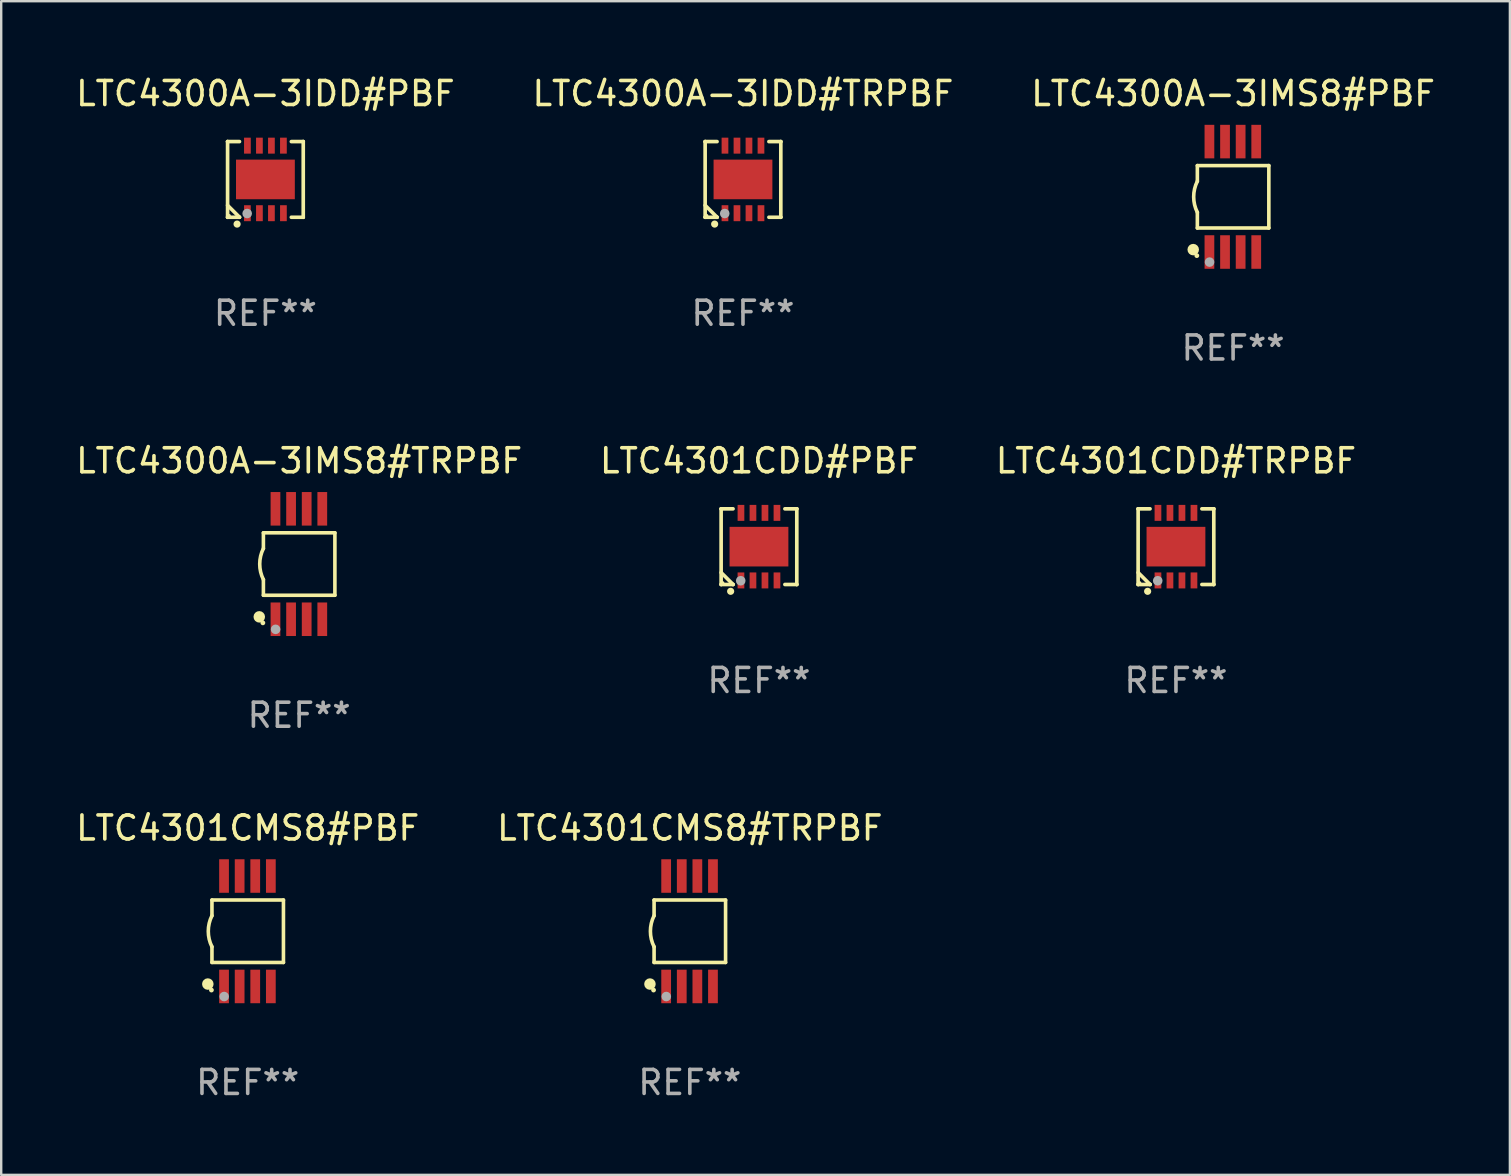
<source format=kicad_pcb>
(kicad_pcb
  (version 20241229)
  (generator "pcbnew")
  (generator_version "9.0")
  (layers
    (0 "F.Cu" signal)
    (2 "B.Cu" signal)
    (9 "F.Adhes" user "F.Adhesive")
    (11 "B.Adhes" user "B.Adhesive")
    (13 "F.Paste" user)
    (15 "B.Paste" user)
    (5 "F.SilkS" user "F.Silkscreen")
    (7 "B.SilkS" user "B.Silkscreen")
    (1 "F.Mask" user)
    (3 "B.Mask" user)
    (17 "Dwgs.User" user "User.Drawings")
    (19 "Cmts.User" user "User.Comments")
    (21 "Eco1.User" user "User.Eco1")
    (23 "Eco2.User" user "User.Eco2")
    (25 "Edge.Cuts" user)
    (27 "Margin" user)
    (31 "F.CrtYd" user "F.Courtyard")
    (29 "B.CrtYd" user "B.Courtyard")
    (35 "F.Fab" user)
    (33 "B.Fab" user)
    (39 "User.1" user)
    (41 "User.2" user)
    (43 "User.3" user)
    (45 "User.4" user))
  (footprint "LTC4301CDD#PBF"
    (layer "F.Cu")
    (at 28.565 19.721)
    (property "Reference" "LTC4301CDD#PBF" (at 0 -3.576 0) (layer "F.SilkS") (effects (font (size 1 1) (thickness 0.15))))
    (attr through_hole)
    (fp_line (start -1.576 -1.576) (end -1.576 -1.576) (stroke (width 0.152) (type solid)) (layer "F.SilkS"))
    (fp_line (start -1.576 -1.576) (end -1.08 -1.576) (stroke (width 0.152) (type solid)) (layer "F.SilkS"))
    (fp_line (start -1.576 1.576) (end -1.576 -1.576) (stroke (width 0.152) (type solid)) (layer "F.SilkS"))
    (fp_line (start -1.576 1.576) (end -1.576 1.576) (stroke (width 0.152) (type solid)) (layer "F.SilkS"))
    (fp_line (start -1.08 1.575) (end -1.576 1.079) (stroke (width 0.152) (type solid)) (layer "F.SilkS"))
    (fp_line (start -1.08 1.576) (end -1.576 1.576) (stroke (width 0.152) (type solid)) (layer "F.SilkS"))
    (fp_line (start -1.08 1.576) (end -1.08 1.575) (stroke (width 0.152) (type solid)) (layer "F.SilkS"))
    (fp_line (start 1.08 1.576) (end 1.576 1.576) (stroke (width 0.152) (type solid)) (layer "F.SilkS"))
    (fp_line (start 1.576 -1.576) (end 1.08 -1.576) (stroke (width 0.152) (type solid)) (layer "F.SilkS"))
    (fp_line (start 1.576 -1.576) (end 1.576 -1.576) (stroke (width 0.152) (type solid)) (layer "F.SilkS"))
    (fp_line (start 1.576 1.576) (end 1.576 -1.576) (stroke (width 0.152) (type solid)) (layer "F.SilkS"))
    (fp_line (start 1.576 1.576) (end 1.576 1.576) (stroke (width 0.152) (type solid)) (layer "F.SilkS"))
    (fp_circle (center -1.5 1.5) (end -1.47 1.5) (stroke (width 0.06) (type solid)) (fill no) (layer "F.SilkS"))
    (fp_circle (center -1.18 1.86) (end -1.105 1.86) (stroke (width 0.15) (type solid)) (fill no) (layer "F.SilkS"))
    (fp_circle (center -0.76 1.42) (end -0.66 1.42) (stroke (width 0.2) (type solid)) (fill no) (layer "F.Fab"))
    (fp_text user "REF**" (at 0 5.576 0) (layer "F.Fab") (effects (font (size 1 1) (thickness 0.15))))
    (pad "1" smd rect (at -0.75 1.407) (size 0.28 0.665) (layers "F.Cu" "F.Mask" "F.Paste"))
    (pad "2" smd rect (at -0.25 1.407) (size 0.28 0.665) (layers "F.Cu" "F.Mask" "F.Paste"))
    (pad "3" smd rect (at 0.25 1.407) (size 0.28 0.665) (layers "F.Cu" "F.Mask" "F.Paste"))
    (pad "4" smd rect (at 0.75 1.407) (size 0.28 0.665) (layers "F.Cu" "F.Mask" "F.Paste"))
    (pad "5" smd rect (at 0.75 -1.407) (size 0.28 0.665) (layers "F.Cu" "F.Mask" "F.Paste"))
    (pad "6" smd rect (at 0.25 -1.407) (size 0.28 0.665) (layers "F.Cu" "F.Mask" "F.Paste"))
    (pad "7" smd rect (at -0.25 -1.407) (size 0.28 0.665) (layers "F.Cu" "F.Mask" "F.Paste"))
    (pad "8" smd rect (at -0.75 -1.407) (size 0.28 0.665) (layers "F.Cu" "F.Mask" "F.Paste"))
    (pad "9" smd rect (at 0 0) (size 2.45 1.65) (layers "F.Cu" "F.Mask" "F.Paste")))
  (footprint "LTC4300A-3IMS8#PBF"
    (layer "F.Cu")
    (at 48.315 5.148)
    (property "Reference" "LTC4300A-3IMS8#PBF" (at 0 -4.3 0) (layer "F.SilkS") (effects (font (size 1 1) (thickness 0.15))))
    (attr through_hole)
    (fp_line (start -1.489 -1.3) (end -1.489 -0.648) (stroke (width 0.15) (type solid)) (layer "F.SilkS"))
    (fp_line (start -1.489 0.648) (end -1.489 1.3) (stroke (width 0.15) (type solid)) (layer "F.SilkS"))
    (fp_line (start -1.489 1.3) (end 1.489 1.3) (stroke (width 0.15) (type solid)) (layer "F.SilkS"))
    (fp_line (start 1.489 -1.3) (end -1.489 -1.3) (stroke (width 0.15) (type solid)) (layer "F.SilkS"))
    (fp_line (start 1.489 1.3) (end 1.489 -1.3) (stroke (width 0.15) (type solid)) (layer "F.SilkS"))
    (fp_arc (start -1.489205 0.647702) (mid -1.642107 0) (end -1.489205 -0.647701) (stroke (width 0.150013) (type solid)) (layer "F.SilkS"))
    (fp_circle (center -1.661 2.2) (end -1.541 2.2) (stroke (width 0.24) (type solid)) (fill no) (layer "F.SilkS"))
    (fp_circle (center -1.511 2.45) (end -1.461 2.45) (stroke (width 0.1) (type solid)) (fill no) (layer "F.SilkS"))
    (fp_circle (center -0.981 2.72) (end -0.881 2.72) (stroke (width 0.2) (type solid)) (fill no) (layer "F.Fab"))
    (fp_text user "REF**" (at 0 6.3 0) (layer "F.Fab") (effects (font (size 1 1) (thickness 0.15))))
    (pad "1" smd rect (at -0.986 2.3) (size 0.406 1.397) (layers "F.Cu" "F.Mask" "F.Paste"))
    (pad "2" smd rect (at -0.336 2.3) (size 0.406 1.397) (layers "F.Cu" "F.Mask" "F.Paste"))
    (pad "3" smd rect (at 0.314 2.3) (size 0.406 1.397) (layers "F.Cu" "F.Mask" "F.Paste"))
    (pad "4" smd rect (at 0.964 2.3) (size 0.406 1.397) (layers "F.Cu" "F.Mask" "F.Paste"))
    (pad "5" smd rect (at 0.964 -2.3) (size 0.406 1.397) (layers "F.Cu" "F.Mask" "F.Paste"))
    (pad "6" smd rect (at 0.314 -2.3) (size 0.406 1.397) (layers "F.Cu" "F.Mask" "F.Paste"))
    (pad "7" smd rect (at -0.336 -2.3) (size 0.406 1.397) (layers "F.Cu" "F.Mask" "F.Paste"))
    (pad "8" smd rect (at -0.986 -2.3) (size 0.406 1.397) (layers "F.Cu" "F.Mask" "F.Paste")))
  (footprint "LTC4300A-3IDD#TRPBF"
    (layer "F.Cu")
    (at 27.899 4.424)
    (property "Reference" "LTC4300A-3IDD#TRPBF" (at 0 -3.576 0) (layer "F.SilkS") (effects (font (size 1 1) (thickness 0.15))))
    (attr through_hole)
    (fp_line (start -1.576 -1.576) (end -1.576 -1.576) (stroke (width 0.152) (type solid)) (layer "F.SilkS"))
    (fp_line (start -1.576 -1.576) (end -1.08 -1.576) (stroke (width 0.152) (type solid)) (layer "F.SilkS"))
    (fp_line (start -1.576 1.576) (end -1.576 -1.576) (stroke (width 0.152) (type solid)) (layer "F.SilkS"))
    (fp_line (start -1.576 1.576) (end -1.576 1.576) (stroke (width 0.152) (type solid)) (layer "F.SilkS"))
    (fp_line (start -1.08 1.575) (end -1.576 1.079) (stroke (width 0.152) (type solid)) (layer "F.SilkS"))
    (fp_line (start -1.08 1.576) (end -1.576 1.576) (stroke (width 0.152) (type solid)) (layer "F.SilkS"))
    (fp_line (start -1.08 1.576) (end -1.08 1.575) (stroke (width 0.152) (type solid)) (layer "F.SilkS"))
    (fp_line (start 1.08 1.576) (end 1.576 1.576) (stroke (width 0.152) (type solid)) (layer "F.SilkS"))
    (fp_line (start 1.576 -1.576) (end 1.08 -1.576) (stroke (width 0.152) (type solid)) (layer "F.SilkS"))
    (fp_line (start 1.576 -1.576) (end 1.576 -1.576) (stroke (width 0.152) (type solid)) (layer "F.SilkS"))
    (fp_line (start 1.576 1.576) (end 1.576 -1.576) (stroke (width 0.152) (type solid)) (layer "F.SilkS"))
    (fp_line (start 1.576 1.576) (end 1.576 1.576) (stroke (width 0.152) (type solid)) (layer "F.SilkS"))
    (fp_circle (center -1.5 1.5) (end -1.47 1.5) (stroke (width 0.06) (type solid)) (fill no) (layer "F.SilkS"))
    (fp_circle (center -1.18 1.86) (end -1.105 1.86) (stroke (width 0.15) (type solid)) (fill no) (layer "F.SilkS"))
    (fp_circle (center -0.76 1.42) (end -0.66 1.42) (stroke (width 0.2) (type solid)) (fill no) (layer "F.Fab"))
    (fp_text user "REF**" (at 0 5.576 0) (layer "F.Fab") (effects (font (size 1 1) (thickness 0.15))))
    (pad "1" smd rect (at -0.75 1.407) (size 0.28 0.665) (layers "F.Cu" "F.Mask" "F.Paste"))
    (pad "2" smd rect (at -0.25 1.407) (size 0.28 0.665) (layers "F.Cu" "F.Mask" "F.Paste"))
    (pad "3" smd rect (at 0.25 1.407) (size 0.28 0.665) (layers "F.Cu" "F.Mask" "F.Paste"))
    (pad "4" smd rect (at 0.75 1.407) (size 0.28 0.665) (layers "F.Cu" "F.Mask" "F.Paste"))
    (pad "5" smd rect (at 0.75 -1.407) (size 0.28 0.665) (layers "F.Cu" "F.Mask" "F.Paste"))
    (pad "6" smd rect (at 0.25 -1.407) (size 0.28 0.665) (layers "F.Cu" "F.Mask" "F.Paste"))
    (pad "7" smd rect (at -0.25 -1.407) (size 0.28 0.665) (layers "F.Cu" "F.Mask" "F.Paste"))
    (pad "8" smd rect (at -0.75 -1.407) (size 0.28 0.665) (layers "F.Cu" "F.Mask" "F.Paste"))
    (pad "9" smd rect (at 0 0) (size 2.45 1.65) (layers "F.Cu" "F.Mask" "F.Paste")))
  (footprint "LTC4301CMS8#PBF"
    (layer "F.Cu")
    (at 7.268 35.741)
    (property "Reference" "LTC4301CMS8#PBF" (at 0 -4.3 0) (layer "F.SilkS") (effects (font (size 1 1) (thickness 0.15))))
    (attr through_hole)
    (fp_line (start -1.489 -1.3) (end -1.489 -0.648) (stroke (width 0.15) (type solid)) (layer "F.SilkS"))
    (fp_line (start -1.489 0.648) (end -1.489 1.3) (stroke (width 0.15) (type solid)) (layer "F.SilkS"))
    (fp_line (start -1.489 1.3) (end 1.489 1.3) (stroke (width 0.15) (type solid)) (layer "F.SilkS"))
    (fp_line (start 1.489 -1.3) (end -1.489 -1.3) (stroke (width 0.15) (type solid)) (layer "F.SilkS"))
    (fp_line (start 1.489 1.3) (end 1.489 -1.3) (stroke (width 0.15) (type solid)) (layer "F.SilkS"))
    (fp_arc (start -1.489205 0.647702) (mid -1.642107 0) (end -1.489205 -0.647701) (stroke (width 0.150013) (type solid)) (layer "F.SilkS"))
    (fp_circle (center -1.661 2.2) (end -1.541 2.2) (stroke (width 0.24) (type solid)) (fill no) (layer "F.SilkS"))
    (fp_circle (center -1.511 2.45) (end -1.461 2.45) (stroke (width 0.1) (type solid)) (fill no) (layer "F.SilkS"))
    (fp_circle (center -0.981 2.72) (end -0.881 2.72) (stroke (width 0.2) (type solid)) (fill no) (layer "F.Fab"))
    (fp_text user "REF**" (at 0 6.3 0) (layer "F.Fab") (effects (font (size 1 1) (thickness 0.15))))
    (pad "1" smd rect (at -0.986 2.3) (size 0.406 1.397) (layers "F.Cu" "F.Mask" "F.Paste"))
    (pad "2" smd rect (at -0.336 2.3) (size 0.406 1.397) (layers "F.Cu" "F.Mask" "F.Paste"))
    (pad "3" smd rect (at 0.314 2.3) (size 0.406 1.397) (layers "F.Cu" "F.Mask" "F.Paste"))
    (pad "4" smd rect (at 0.964 2.3) (size 0.406 1.397) (layers "F.Cu" "F.Mask" "F.Paste"))
    (pad "5" smd rect (at 0.964 -2.3) (size 0.406 1.397) (layers "F.Cu" "F.Mask" "F.Paste"))
    (pad "6" smd rect (at 0.314 -2.3) (size 0.406 1.397) (layers "F.Cu" "F.Mask" "F.Paste"))
    (pad "7" smd rect (at -0.336 -2.3) (size 0.406 1.397) (layers "F.Cu" "F.Mask" "F.Paste"))
    (pad "8" smd rect (at -0.986 -2.3) (size 0.406 1.397) (layers "F.Cu" "F.Mask" "F.Paste")))
  (footprint "LTC4301CMS8#TRPBF"
    (layer "F.Cu")
    (at 25.685 35.741)
    (property "Reference" "LTC4301CMS8#TRPBF" (at 0 -4.3 0) (layer "F.SilkS") (effects (font (size 1 1) (thickness 0.15))))
    (attr through_hole)
    (fp_line (start -1.489 -1.3) (end -1.489 -0.648) (stroke (width 0.15) (type solid)) (layer "F.SilkS"))
    (fp_line (start -1.489 0.648) (end -1.489 1.3) (stroke (width 0.15) (type solid)) (layer "F.SilkS"))
    (fp_line (start -1.489 1.3) (end 1.489 1.3) (stroke (width 0.15) (type solid)) (layer "F.SilkS"))
    (fp_line (start 1.489 -1.3) (end -1.489 -1.3) (stroke (width 0.15) (type solid)) (layer "F.SilkS"))
    (fp_line (start 1.489 1.3) (end 1.489 -1.3) (stroke (width 0.15) (type solid)) (layer "F.SilkS"))
    (fp_arc (start -1.489205 0.647702) (mid -1.642107 0) (end -1.489205 -0.647701) (stroke (width 0.150013) (type solid)) (layer "F.SilkS"))
    (fp_circle (center -1.661 2.2) (end -1.541 2.2) (stroke (width 0.24) (type solid)) (fill no) (layer "F.SilkS"))
    (fp_circle (center -1.511 2.45) (end -1.461 2.45) (stroke (width 0.1) (type solid)) (fill no) (layer "F.SilkS"))
    (fp_circle (center -0.981 2.72) (end -0.881 2.72) (stroke (width 0.2) (type solid)) (fill no) (layer "F.Fab"))
    (fp_text user "REF**" (at 0 6.3 0) (layer "F.Fab") (effects (font (size 1 1) (thickness 0.15))))
    (pad "1" smd rect (at -0.986 2.3) (size 0.406 1.397) (layers "F.Cu" "F.Mask" "F.Paste"))
    (pad "2" smd rect (at -0.336 2.3) (size 0.406 1.397) (layers "F.Cu" "F.Mask" "F.Paste"))
    (pad "3" smd rect (at 0.314 2.3) (size 0.406 1.397) (layers "F.Cu" "F.Mask" "F.Paste"))
    (pad "4" smd rect (at 0.964 2.3) (size 0.406 1.397) (layers "F.Cu" "F.Mask" "F.Paste"))
    (pad "5" smd rect (at 0.964 -2.3) (size 0.406 1.397) (layers "F.Cu" "F.Mask" "F.Paste"))
    (pad "6" smd rect (at 0.314 -2.3) (size 0.406 1.397) (layers "F.Cu" "F.Mask" "F.Paste"))
    (pad "7" smd rect (at -0.336 -2.3) (size 0.406 1.397) (layers "F.Cu" "F.Mask" "F.Paste"))
    (pad "8" smd rect (at -0.986 -2.3) (size 0.406 1.397) (layers "F.Cu" "F.Mask" "F.Paste")))
  (footprint "LTC4301CDD#TRPBF"
    (layer "F.Cu")
    (at 45.935 19.721)
    (property "Reference" "LTC4301CDD#TRPBF" (at 0 -3.576 0) (layer "F.SilkS") (effects (font (size 1 1) (thickness 0.15))))
    (attr through_hole)
    (fp_line (start -1.576 -1.576) (end -1.576 -1.576) (stroke (width 0.152) (type solid)) (layer "F.SilkS"))
    (fp_line (start -1.576 -1.576) (end -1.08 -1.576) (stroke (width 0.152) (type solid)) (layer "F.SilkS"))
    (fp_line (start -1.576 1.576) (end -1.576 -1.576) (stroke (width 0.152) (type solid)) (layer "F.SilkS"))
    (fp_line (start -1.576 1.576) (end -1.576 1.576) (stroke (width 0.152) (type solid)) (layer "F.SilkS"))
    (fp_line (start -1.08 1.575) (end -1.576 1.079) (stroke (width 0.152) (type solid)) (layer "F.SilkS"))
    (fp_line (start -1.08 1.576) (end -1.576 1.576) (stroke (width 0.152) (type solid)) (layer "F.SilkS"))
    (fp_line (start -1.08 1.576) (end -1.08 1.575) (stroke (width 0.152) (type solid)) (layer "F.SilkS"))
    (fp_line (start 1.08 1.576) (end 1.576 1.576) (stroke (width 0.152) (type solid)) (layer "F.SilkS"))
    (fp_line (start 1.576 -1.576) (end 1.08 -1.576) (stroke (width 0.152) (type solid)) (layer "F.SilkS"))
    (fp_line (start 1.576 -1.576) (end 1.576 -1.576) (stroke (width 0.152) (type solid)) (layer "F.SilkS"))
    (fp_line (start 1.576 1.576) (end 1.576 -1.576) (stroke (width 0.152) (type solid)) (layer "F.SilkS"))
    (fp_line (start 1.576 1.576) (end 1.576 1.576) (stroke (width 0.152) (type solid)) (layer "F.SilkS"))
    (fp_circle (center -1.5 1.5) (end -1.47 1.5) (stroke (width 0.06) (type solid)) (fill no) (layer "F.SilkS"))
    (fp_circle (center -1.18 1.86) (end -1.105 1.86) (stroke (width 0.15) (type solid)) (fill no) (layer "F.SilkS"))
    (fp_circle (center -0.76 1.42) (end -0.66 1.42) (stroke (width 0.2) (type solid)) (fill no) (layer "F.Fab"))
    (fp_text user "REF**" (at 0 5.576 0) (layer "F.Fab") (effects (font (size 1 1) (thickness 0.15))))
    (pad "1" smd rect (at -0.75 1.407) (size 0.28 0.665) (layers "F.Cu" "F.Mask" "F.Paste"))
    (pad "2" smd rect (at -0.25 1.407) (size 0.28 0.665) (layers "F.Cu" "F.Mask" "F.Paste"))
    (pad "3" smd rect (at 0.25 1.407) (size 0.28 0.665) (layers "F.Cu" "F.Mask" "F.Paste"))
    (pad "4" smd rect (at 0.75 1.407) (size 0.28 0.665) (layers "F.Cu" "F.Mask" "F.Paste"))
    (pad "5" smd rect (at 0.75 -1.407) (size 0.28 0.665) (layers "F.Cu" "F.Mask" "F.Paste"))
    (pad "6" smd rect (at 0.25 -1.407) (size 0.28 0.665) (layers "F.Cu" "F.Mask" "F.Paste"))
    (pad "7" smd rect (at -0.25 -1.407) (size 0.28 0.665) (layers "F.Cu" "F.Mask" "F.Paste"))
    (pad "8" smd rect (at -0.75 -1.407) (size 0.28 0.665) (layers "F.Cu" "F.Mask" "F.Paste"))
    (pad "9" smd rect (at 0 0) (size 2.45 1.65) (layers "F.Cu" "F.Mask" "F.Paste")))
  (footprint "LTC4300A-3IMS8#TRPBF"
    (layer "F.Cu")
    (at 9.411 20.445)
    (property "Reference" "LTC4300A-3IMS8#TRPBF" (at 0 -4.3 0) (layer "F.SilkS") (effects (font (size 1 1) (thickness 0.15))))
    (attr through_hole)
    (fp_line (start -1.489 -1.3) (end -1.489 -0.648) (stroke (width 0.15) (type solid)) (layer "F.SilkS"))
    (fp_line (start -1.489 0.648) (end -1.489 1.3) (stroke (width 0.15) (type solid)) (layer "F.SilkS"))
    (fp_line (start -1.489 1.3) (end 1.489 1.3) (stroke (width 0.15) (type solid)) (layer "F.SilkS"))
    (fp_line (start 1.489 -1.3) (end -1.489 -1.3) (stroke (width 0.15) (type solid)) (layer "F.SilkS"))
    (fp_line (start 1.489 1.3) (end 1.489 -1.3) (stroke (width 0.15) (type solid)) (layer "F.SilkS"))
    (fp_arc (start -1.489205 0.647702) (mid -1.642107 0) (end -1.489205 -0.647701) (stroke (width 0.150013) (type solid)) (layer "F.SilkS"))
    (fp_circle (center -1.661 2.2) (end -1.541 2.2) (stroke (width 0.24) (type solid)) (fill no) (layer "F.SilkS"))
    (fp_circle (center -1.511 2.45) (end -1.461 2.45) (stroke (width 0.1) (type solid)) (fill no) (layer "F.SilkS"))
    (fp_circle (center -0.981 2.72) (end -0.881 2.72) (stroke (width 0.2) (type solid)) (fill no) (layer "F.Fab"))
    (fp_text user "REF**" (at 0 6.3 0) (layer "F.Fab") (effects (font (size 1 1) (thickness 0.15))))
    (pad "1" smd rect (at -0.986 2.3) (size 0.406 1.397) (layers "F.Cu" "F.Mask" "F.Paste"))
    (pad "2" smd rect (at -0.336 2.3) (size 0.406 1.397) (layers "F.Cu" "F.Mask" "F.Paste"))
    (pad "3" smd rect (at 0.314 2.3) (size 0.406 1.397) (layers "F.Cu" "F.Mask" "F.Paste"))
    (pad "4" smd rect (at 0.964 2.3) (size 0.406 1.397) (layers "F.Cu" "F.Mask" "F.Paste"))
    (pad "5" smd rect (at 0.964 -2.3) (size 0.406 1.397) (layers "F.Cu" "F.Mask" "F.Paste"))
    (pad "6" smd rect (at 0.314 -2.3) (size 0.406 1.397) (layers "F.Cu" "F.Mask" "F.Paste"))
    (pad "7" smd rect (at -0.336 -2.3) (size 0.406 1.397) (layers "F.Cu" "F.Mask" "F.Paste"))
    (pad "8" smd rect (at -0.986 -2.3) (size 0.406 1.397) (layers "F.Cu" "F.Mask" "F.Paste")))
  (footprint "LTC4300A-3IDD#PBF"
    (layer "F.Cu")
    (at 8.006 4.424)
    (property "Reference" "LTC4300A-3IDD#PBF" (at 0 -3.576 0) (layer "F.SilkS") (effects (font (size 1 1) (thickness 0.15))))
    (attr through_hole)
    (fp_line (start -1.576 -1.576) (end -1.576 -1.576) (stroke (width 0.152) (type solid)) (layer "F.SilkS"))
    (fp_line (start -1.576 -1.576) (end -1.08 -1.576) (stroke (width 0.152) (type solid)) (layer "F.SilkS"))
    (fp_line (start -1.576 1.576) (end -1.576 -1.576) (stroke (width 0.152) (type solid)) (layer "F.SilkS"))
    (fp_line (start -1.576 1.576) (end -1.576 1.576) (stroke (width 0.152) (type solid)) (layer "F.SilkS"))
    (fp_line (start -1.08 1.575) (end -1.576 1.079) (stroke (width 0.152) (type solid)) (layer "F.SilkS"))
    (fp_line (start -1.08 1.576) (end -1.576 1.576) (stroke (width 0.152) (type solid)) (layer "F.SilkS"))
    (fp_line (start -1.08 1.576) (end -1.08 1.575) (stroke (width 0.152) (type solid)) (layer "F.SilkS"))
    (fp_line (start 1.08 1.576) (end 1.576 1.576) (stroke (width 0.152) (type solid)) (layer "F.SilkS"))
    (fp_line (start 1.576 -1.576) (end 1.08 -1.576) (stroke (width 0.152) (type solid)) (layer "F.SilkS"))
    (fp_line (start 1.576 -1.576) (end 1.576 -1.576) (stroke (width 0.152) (type solid)) (layer "F.SilkS"))
    (fp_line (start 1.576 1.576) (end 1.576 -1.576) (stroke (width 0.152) (type solid)) (layer "F.SilkS"))
    (fp_line (start 1.576 1.576) (end 1.576 1.576) (stroke (width 0.152) (type solid)) (layer "F.SilkS"))
    (fp_circle (center -1.5 1.5) (end -1.47 1.5) (stroke (width 0.06) (type solid)) (fill no) (layer "F.SilkS"))
    (fp_circle (center -1.18 1.86) (end -1.105 1.86) (stroke (width 0.15) (type solid)) (fill no) (layer "F.SilkS"))
    (fp_circle (center -0.76 1.42) (end -0.66 1.42) (stroke (width 0.2) (type solid)) (fill no) (layer "F.Fab"))
    (fp_text user "REF**" (at 0 5.576 0) (layer "F.Fab") (effects (font (size 1 1) (thickness 0.15))))
    (pad "1" smd rect (at -0.75 1.407) (size 0.28 0.665) (layers "F.Cu" "F.Mask" "F.Paste"))
    (pad "2" smd rect (at -0.25 1.407) (size 0.28 0.665) (layers "F.Cu" "F.Mask" "F.Paste"))
    (pad "3" smd rect (at 0.25 1.407) (size 0.28 0.665) (layers "F.Cu" "F.Mask" "F.Paste"))
    (pad "4" smd rect (at 0.75 1.407) (size 0.28 0.665) (layers "F.Cu" "F.Mask" "F.Paste"))
    (pad "5" smd rect (at 0.75 -1.407) (size 0.28 0.665) (layers "F.Cu" "F.Mask" "F.Paste"))
    (pad "6" smd rect (at 0.25 -1.407) (size 0.28 0.665) (layers "F.Cu" "F.Mask" "F.Paste"))
    (pad "7" smd rect (at -0.25 -1.407) (size 0.28 0.665) (layers "F.Cu" "F.Mask" "F.Paste"))
    (pad "8" smd rect (at -0.75 -1.407) (size 0.28 0.665) (layers "F.Cu" "F.Mask" "F.Paste"))
    (pad "9" smd rect (at 0 0) (size 2.45 1.65) (layers "F.Cu" "F.Mask" "F.Paste")))
  (gr_rect
    (start -3 -3)
    (end 59.845 45.889)
    (stroke (width 0.1) (type default))
    (fill no)
    (layer "Edge.Cuts")))
</source>
